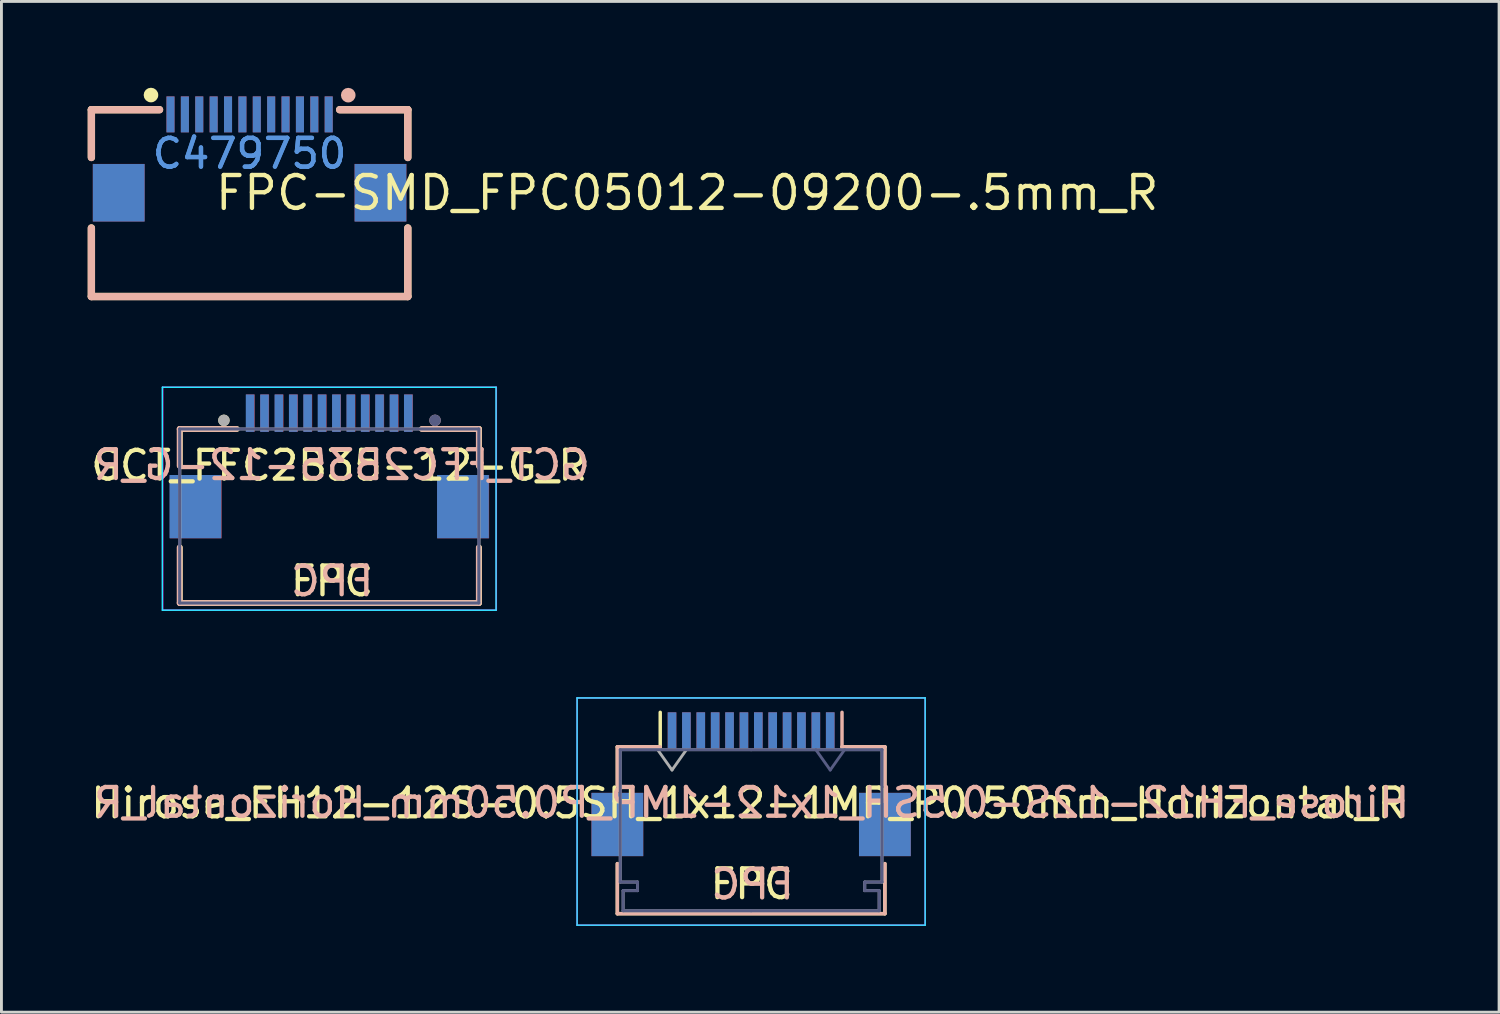
<source format=kicad_pcb>
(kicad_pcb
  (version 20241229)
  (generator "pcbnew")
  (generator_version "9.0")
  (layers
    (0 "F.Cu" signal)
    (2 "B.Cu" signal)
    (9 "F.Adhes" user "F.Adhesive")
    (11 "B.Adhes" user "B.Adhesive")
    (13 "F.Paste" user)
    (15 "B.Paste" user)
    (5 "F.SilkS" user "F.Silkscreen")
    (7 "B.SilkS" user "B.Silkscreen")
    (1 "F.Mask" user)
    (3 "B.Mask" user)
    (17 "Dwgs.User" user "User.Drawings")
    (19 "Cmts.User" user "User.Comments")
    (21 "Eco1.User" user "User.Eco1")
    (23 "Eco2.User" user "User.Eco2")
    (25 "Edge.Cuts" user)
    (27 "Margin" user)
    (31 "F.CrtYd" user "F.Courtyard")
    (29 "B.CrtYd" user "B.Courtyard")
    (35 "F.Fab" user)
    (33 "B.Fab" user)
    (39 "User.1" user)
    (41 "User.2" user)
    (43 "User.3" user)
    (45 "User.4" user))
  (footprint "FPC-SMD_FPC05012-09200-.5mm_R"
    (layer "F.Cu")
    (at 5.627 2.286)
    (property "Reference" "FPC-SMD_FPC05012-09200-.5mm_R" (at -1.27 1.37 0) (layer "F.SilkS") (effects (font (size 1.143 1.143) (thickness 0.152)) (justify left)))
    (attr smd)
    (fp_line (start -5.5 -1.524) (end -3.131 -1.524) (stroke (width 0.254) (type solid)) (layer "F.SilkS"))
    (fp_line (start -5.5 0.137) (end -5.5 -1.524) (stroke (width 0.254) (type solid)) (layer "F.SilkS"))
    (fp_line (start -5.5 4.971) (end -5.5 2.588) (stroke (width 0.254) (type solid)) (layer "F.SilkS"))
    (fp_line (start 5.5 -1.524) (end 3.131 -1.524) (stroke (width 0.254) (type solid)) (layer "F.SilkS"))
    (fp_line (start 5.5 0.137) (end 5.5 -1.524) (stroke (width 0.254) (type solid)) (layer "F.SilkS"))
    (fp_line (start 5.5 4.971) (end -5.5 4.971) (stroke (width 0.254) (type solid)) (layer "F.SilkS"))
    (fp_line (start 5.5 4.971) (end 5.5 2.588) (stroke (width 0.254) (type solid)) (layer "F.SilkS"))
    (fp_circle (center -3.429 -2.032) (end -3.302 -2.032) (stroke (width 0.254) (type solid)) (fill no) (layer "F.SilkS"))
    (fp_line (start -5.5 -1.52) (end -3.131 -1.52) (stroke (width 0.254) (type solid)) (layer "B.SilkS"))
    (fp_line (start -5.5 0.141) (end -5.5 -1.52) (stroke (width 0.254) (type solid)) (layer "B.SilkS"))
    (fp_line (start -5.5 4.975) (end -5.5 2.592) (stroke (width 0.254) (type solid)) (layer "B.SilkS"))
    (fp_line (start -5.5 4.975) (end 5.5 4.975) (stroke (width 0.254) (type solid)) (layer "B.SilkS"))
    (fp_line (start 5.5 -1.52) (end 3.131 -1.52) (stroke (width 0.254) (type solid)) (layer "B.SilkS"))
    (fp_line (start 5.5 0.141) (end 5.5 -1.52) (stroke (width 0.254) (type solid)) (layer "B.SilkS"))
    (fp_line (start 5.5 4.975) (end 5.5 2.592) (stroke (width 0.254) (type solid)) (layer "B.SilkS"))
    (fp_circle (center 3.429 -2.028) (end 3.302 -2.028) (stroke (width 0.254) (type solid)) (fill no) (layer "B.SilkS"))
    (fp_text user "C479750" (at 0 0 0) (layer "Cmts.User") (effects (font (size 1 1) (thickness 0.15))))
    (fp_text user "C479750" (at 0 0.004 0) (layer "Cmts.User") (effects (font (size 1 1) (thickness 0.15))))
    (pad "1" smd rect (at -2.75 -1.362) (size 0.28 1.25) (layers "F.Cu" "F.Mask" "F.Paste"))
    (pad "1" smd rect (at 2.75 -1.358) (size 0.28 1.25) (layers "B.Cu" "B.Mask" "B.Paste"))
    (pad "2" smd rect (at -2.25 -1.362) (size 0.28 1.25) (layers "F.Cu" "F.Mask" "F.Paste"))
    (pad "2" smd rect (at 2.25 -1.358) (size 0.28 1.25) (layers "B.Cu" "B.Mask" "B.Paste"))
    (pad "3" smd rect (at -1.75 -1.362) (size 0.28 1.25) (layers "F.Cu" "F.Mask" "F.Paste"))
    (pad "3" smd rect (at 1.75 -1.358) (size 0.28 1.25) (layers "B.Cu" "B.Mask" "B.Paste"))
    (pad "4" smd rect (at -1.25 -1.362) (size 0.28 1.25) (layers "F.Cu" "F.Mask" "F.Paste"))
    (pad "4" smd rect (at 1.25 -1.358) (size 0.28 1.25) (layers "B.Cu" "B.Mask" "B.Paste"))
    (pad "5" smd rect (at -0.75 -1.362) (size 0.28 1.25) (layers "F.Cu" "F.Mask" "F.Paste"))
    (pad "5" smd rect (at 0.75 -1.358) (size 0.28 1.25) (layers "B.Cu" "B.Mask" "B.Paste"))
    (pad "6" smd rect (at -0.25 -1.362) (size 0.28 1.25) (layers "F.Cu" "F.Mask" "F.Paste"))
    (pad "6" smd rect (at 0.25 -1.358) (size 0.28 1.25) (layers "B.Cu" "B.Mask" "B.Paste"))
    (pad "7" smd rect (at -0.25 -1.358) (size 0.28 1.25) (layers "B.Cu" "B.Mask" "B.Paste"))
    (pad "7" smd rect (at 0.25 -1.362) (size 0.28 1.25) (layers "F.Cu" "F.Mask" "F.Paste"))
    (pad "8" smd rect (at -0.75 -1.358) (size 0.28 1.25) (layers "B.Cu" "B.Mask" "B.Paste"))
    (pad "8" smd rect (at 0.75 -1.362) (size 0.28 1.25) (layers "F.Cu" "F.Mask" "F.Paste"))
    (pad "9" smd rect (at -1.25 -1.358) (size 0.28 1.25) (layers "B.Cu" "B.Mask" "B.Paste"))
    (pad "9" smd rect (at 1.25 -1.362) (size 0.28 1.25) (layers "F.Cu" "F.Mask" "F.Paste"))
    (pad "10" smd rect (at -1.75 -1.358) (size 0.28 1.25) (layers "B.Cu" "B.Mask" "B.Paste"))
    (pad "10" smd rect (at 1.75 -1.362) (size 0.28 1.25) (layers "F.Cu" "F.Mask" "F.Paste"))
    (pad "11" smd rect (at -2.25 -1.358) (size 0.28 1.25) (layers "B.Cu" "B.Mask" "B.Paste"))
    (pad "11" smd rect (at 2.25 -1.362) (size 0.28 1.25) (layers "F.Cu" "F.Mask" "F.Paste"))
    (pad "12" smd rect (at -2.75 -1.358) (size 0.28 1.25) (layers "B.Cu" "B.Mask" "B.Paste"))
    (pad "12" smd rect (at 2.75 -1.362) (size 0.28 1.25) (layers "F.Cu" "F.Mask" "F.Paste"))
    (pad "13" smd rect (at -4.55 1.366) (size 1.8 2) (layers "B.Cu" "B.Mask" "B.Paste"))
    (pad "13" smd rect (at 4.55 1.362) (size 1.8 2) (layers "F.Cu" "F.Mask" "F.Paste"))
    (pad "14" smd rect (at -4.55 1.362) (size 1.8 2) (layers "F.Cu" "F.Mask" "F.Paste"))
    (pad "14" smd rect (at 4.55 1.366) (size 1.8 2) (layers "B.Cu" "B.Mask" "B.Paste")))
  (footprint "Hirose_FH12-12S-0.5SH_1x12-1MP_P0.50mm_Horizontal_R"
    (layer "F.Cu")
    (at 23.062 24.213)
    (property "Reference" "Hirose_FH12-12S-0.5SH_1x12-1MP_P0.50mm_Horizontal_R" (at -0.08 0.66 0) (layer "F.SilkS") (effects (font (size 1 1) (thickness 0.15))))
    (attr smd)
    (fp_line (start -4.65 -1.3) (end -4.65 0.04) (stroke (width 0.12) (type solid)) (layer "F.SilkS"))
    (fp_line (start -4.65 2.76) (end -4.65 4.5) (stroke (width 0.12) (type solid)) (layer "F.SilkS"))
    (fp_line (start -4.65 4.5) (end 4.65 4.5) (stroke (width 0.12) (type solid)) (layer "F.SilkS"))
    (fp_line (start -3.16 -1.3) (end -4.65 -1.3) (stroke (width 0.12) (type solid)) (layer "F.SilkS"))
    (fp_line (start -3.16 -1.3) (end -3.16 -2.5) (stroke (width 0.12) (type solid)) (layer "F.SilkS"))
    (fp_line (start 3.16 -1.3) (end 4.65 -1.3) (stroke (width 0.12) (type solid)) (layer "F.SilkS"))
    (fp_line (start 4.65 -1.3) (end 4.65 0.04) (stroke (width 0.12) (type solid)) (layer "F.SilkS"))
    (fp_line (start 4.65 4.5) (end 4.65 2.76) (stroke (width 0.12) (type solid)) (layer "F.SilkS"))
    (fp_line (start -4.65 -1.3) (end -4.65 0.04) (stroke (width 0.12) (type solid)) (layer "B.SilkS"))
    (fp_line (start -4.65 4.5) (end -4.65 2.76) (stroke (width 0.12) (type solid)) (layer "B.SilkS"))
    (fp_line (start -3.16 -1.3) (end -4.65 -1.3) (stroke (width 0.12) (type solid)) (layer "B.SilkS"))
    (fp_line (start 3.16 -1.3) (end 3.16 -2.5) (stroke (width 0.12) (type solid)) (layer "B.SilkS"))
    (fp_line (start 3.16 -1.3) (end 4.65 -1.3) (stroke (width 0.12) (type solid)) (layer "B.SilkS"))
    (fp_line (start 4.65 -1.3) (end 4.65 0.04) (stroke (width 0.12) (type solid)) (layer "B.SilkS"))
    (fp_line (start 4.65 2.76) (end 4.65 4.5) (stroke (width 0.12) (type solid)) (layer "B.SilkS"))
    (fp_line (start 4.65 4.5) (end -4.65 4.5) (stroke (width 0.12) (type solid)) (layer "B.SilkS"))
    (fp_line (start -6.05 -3) (end 6.05 -3) (stroke (width 0.05) (type solid)) (layer "B.CrtYd"))
    (fp_line (start -6.05 4.9) (end -6.05 -3) (stroke (width 0.05) (type solid)) (layer "B.CrtYd"))
    (fp_line (start 6.05 -3) (end 6.05 4.9) (stroke (width 0.05) (type solid)) (layer "B.CrtYd"))
    (fp_line (start 6.05 4.9) (end -6.05 4.9) (stroke (width 0.05) (type solid)) (layer "B.CrtYd"))
    (fp_line (start -6.05 -3) (end -6.05 4.9) (stroke (width 0.05) (type solid)) (layer "F.CrtYd"))
    (fp_line (start -6.05 4.9) (end 6.05 4.9) (stroke (width 0.05) (type solid)) (layer "F.CrtYd"))
    (fp_line (start 6.05 -3) (end -6.05 -3) (stroke (width 0.05) (type solid)) (layer "F.CrtYd"))
    (fp_line (start 6.05 4.9) (end 6.05 -3) (stroke (width 0.05) (type solid)) (layer "F.CrtYd"))
    (fp_line (start -4.55 -1.2) (end -4.55 3.4) (stroke (width 0.1) (type solid)) (layer "B.Fab"))
    (fp_line (start -4.55 3.4) (end -3.95 3.4) (stroke (width 0.1) (type solid)) (layer "B.Fab"))
    (fp_line (start -4.45 3.7) (end -4.45 4.4) (stroke (width 0.1) (type solid)) (layer "B.Fab"))
    (fp_line (start -4.45 4.4) (end 0 4.4) (stroke (width 0.1) (type solid)) (layer "B.Fab"))
    (fp_line (start -3.95 3.4) (end -3.95 3.7) (stroke (width 0.1) (type solid)) (layer "B.Fab"))
    (fp_line (start -3.95 3.7) (end -4.45 3.7) (stroke (width 0.1) (type solid)) (layer "B.Fab"))
    (fp_line (start 0 -1.2) (end -4.55 -1.2) (stroke (width 0.1) (type solid)) (layer "B.Fab"))
    (fp_line (start 0 -1.2) (end 4.55 -1.2) (stroke (width 0.1) (type solid)) (layer "B.Fab"))
    (fp_line (start 2.75 -0.493) (end 2.25 -1.2) (stroke (width 0.1) (type solid)) (layer "B.Fab"))
    (fp_line (start 3.25 -1.2) (end 2.75 -0.493) (stroke (width 0.1) (type solid)) (layer "B.Fab"))
    (fp_line (start 3.95 3.4) (end 3.95 3.7) (stroke (width 0.1) (type solid)) (layer "B.Fab"))
    (fp_line (start 3.95 3.7) (end 4.45 3.7) (stroke (width 0.1) (type solid)) (layer "B.Fab"))
    (fp_line (start 4.45 3.7) (end 4.45 4.4) (stroke (width 0.1) (type solid)) (layer "B.Fab"))
    (fp_line (start 4.45 4.4) (end 0 4.4) (stroke (width 0.1) (type solid)) (layer "B.Fab"))
    (fp_line (start 4.55 -1.2) (end 4.55 3.4) (stroke (width 0.1) (type solid)) (layer "B.Fab"))
    (fp_line (start 4.55 3.4) (end 3.95 3.4) (stroke (width 0.1) (type solid)) (layer "B.Fab"))
    (fp_line (start -4.55 -1.2) (end -4.55 3.4) (stroke (width 0.1) (type solid)) (layer "F.Fab"))
    (fp_line (start -4.55 3.4) (end -3.95 3.4) (stroke (width 0.1) (type solid)) (layer "F.Fab"))
    (fp_line (start -4.45 3.7) (end -4.45 4.4) (stroke (width 0.1) (type solid)) (layer "F.Fab"))
    (fp_line (start -4.45 4.4) (end 0 4.4) (stroke (width 0.1) (type solid)) (layer "F.Fab"))
    (fp_line (start -3.95 3.4) (end -3.95 3.7) (stroke (width 0.1) (type solid)) (layer "F.Fab"))
    (fp_line (start -3.95 3.7) (end -4.45 3.7) (stroke (width 0.1) (type solid)) (layer "F.Fab"))
    (fp_line (start -3.25 -1.2) (end -2.75 -0.493) (stroke (width 0.1) (type solid)) (layer "F.Fab"))
    (fp_line (start -2.75 -0.493) (end -2.25 -1.2) (stroke (width 0.1) (type solid)) (layer "F.Fab"))
    (fp_line (start 0 -1.2) (end -4.55 -1.2) (stroke (width 0.1) (type solid)) (layer "F.Fab"))
    (fp_line (start 0 -1.2) (end 4.55 -1.2) (stroke (width 0.1) (type solid)) (layer "F.Fab"))
    (fp_line (start 3.95 3.4) (end 3.95 3.7) (stroke (width 0.1) (type solid)) (layer "F.Fab"))
    (fp_line (start 3.95 3.7) (end 4.45 3.7) (stroke (width 0.1) (type solid)) (layer "F.Fab"))
    (fp_line (start 4.45 3.7) (end 4.45 4.4) (stroke (width 0.1) (type solid)) (layer "F.Fab"))
    (fp_line (start 4.45 4.4) (end 0 4.4) (stroke (width 0.1) (type solid)) (layer "F.Fab"))
    (fp_line (start 4.55 -1.2) (end 4.55 3.4) (stroke (width 0.1) (type solid)) (layer "F.Fab"))
    (fp_line (start 4.55 3.4) (end 3.95 3.4) (stroke (width 0.1) (type solid)) (layer "F.Fab"))
    (fp_text user "FPC" (at 0.02 3.47 0) (layer "F.SilkS") (effects (font (size 1 1) (thickness 0.15))))
    (fp_text user "${REFERENCE}" (at 0.02 0.64 0) (layer "B.SilkS") (effects (font (size 1 1) (thickness 0.15)) (justify mirror)))
    (fp_text user "FPC" (at 0.05 3.48 0) (layer "B.SilkS") (effects (font (size 1 1) (thickness 0.15)) (justify mirror)))
    (pad "1" smd rect (at -2.75 -1.85) (size 0.3 1.3) (layers "F.Cu" "F.Mask" "F.Paste"))
    (pad "1" smd rect (at 2.75 -1.85) (size 0.3 1.3) (layers "B.Cu" "B.Mask" "B.Paste"))
    (pad "2" smd rect (at -2.25 -1.85) (size 0.3 1.3) (layers "F.Cu" "F.Mask" "F.Paste"))
    (pad "2" smd rect (at 2.25 -1.85) (size 0.3 1.3) (layers "B.Cu" "B.Mask" "B.Paste"))
    (pad "3" smd rect (at -1.75 -1.85) (size 0.3 1.3) (layers "F.Cu" "F.Mask" "F.Paste"))
    (pad "3" smd rect (at 1.75 -1.85) (size 0.3 1.3) (layers "B.Cu" "B.Mask" "B.Paste"))
    (pad "4" smd rect (at -1.25 -1.85) (size 0.3 1.3) (layers "F.Cu" "F.Mask" "F.Paste"))
    (pad "4" smd rect (at 1.25 -1.85) (size 0.3 1.3) (layers "B.Cu" "B.Mask" "B.Paste"))
    (pad "5" smd rect (at -0.75 -1.85) (size 0.3 1.3) (layers "F.Cu" "F.Mask" "F.Paste"))
    (pad "5" smd rect (at 0.75 -1.85) (size 0.3 1.3) (layers "B.Cu" "B.Mask" "B.Paste"))
    (pad "6" smd rect (at -0.25 -1.85) (size 0.3 1.3) (layers "F.Cu" "F.Mask" "F.Paste"))
    (pad "6" smd rect (at 0.25 -1.85) (size 0.3 1.3) (layers "B.Cu" "B.Mask" "B.Paste"))
    (pad "7" smd rect (at -0.25 -1.85) (size 0.3 1.3) (layers "B.Cu" "B.Mask" "B.Paste"))
    (pad "7" smd rect (at 0.25 -1.85) (size 0.3 1.3) (layers "F.Cu" "F.Mask" "F.Paste"))
    (pad "8" smd rect (at -0.75 -1.85) (size 0.3 1.3) (layers "B.Cu" "B.Mask" "B.Paste"))
    (pad "8" smd rect (at 0.75 -1.85) (size 0.3 1.3) (layers "F.Cu" "F.Mask" "F.Paste"))
    (pad "9" smd rect (at -1.25 -1.85) (size 0.3 1.3) (layers "B.Cu" "B.Mask" "B.Paste"))
    (pad "9" smd rect (at 1.25 -1.85) (size 0.3 1.3) (layers "F.Cu" "F.Mask" "F.Paste"))
    (pad "10" smd rect (at -1.75 -1.85) (size 0.3 1.3) (layers "B.Cu" "B.Mask" "B.Paste"))
    (pad "10" smd rect (at 1.75 -1.85) (size 0.3 1.3) (layers "F.Cu" "F.Mask" "F.Paste"))
    (pad "11" smd rect (at -2.25 -1.85) (size 0.3 1.3) (layers "B.Cu" "B.Mask" "B.Paste"))
    (pad "11" smd rect (at 2.25 -1.85) (size 0.3 1.3) (layers "F.Cu" "F.Mask" "F.Paste"))
    (pad "12" smd rect (at -2.75 -1.85) (size 0.3 1.3) (layers "B.Cu" "B.Mask" "B.Paste"))
    (pad "12" smd rect (at 2.75 -1.85) (size 0.3 1.3) (layers "F.Cu" "F.Mask" "F.Paste"))
    (pad "MP" smd rect (at -4.65 1.4) (size 1.8 2.2) (layers "F.Cu" "F.Mask" "F.Paste"))
    (pad "MP" smd rect (at -4.65 1.4) (size 1.8 2.2) (layers "B.Cu" "B.Mask" "B.Paste"))
    (pad "MP" smd rect (at 4.65 1.4) (size 1.8 2.2) (layers "F.Cu" "F.Mask" "F.Paste"))
    (pad "MP" smd rect (at 4.65 1.4) (size 1.8 2.2) (layers "B.Cu" "B.Mask" "B.Paste")))
  (footprint "GCT_FFC2B35-12-G_R"
    (layer "F.Cu")
    (at 8.404 14.563)
    (property "Reference" "GCT_FFC2B35-12-G_R" (at 0.34 -1.43 0) (layer "F.SilkS") (effects (font (size 1 1) (thickness 0.15))))
    (attr smd)
    (fp_line (start -5.2 -2.7) (end -3.22 -2.7) (stroke (width 0.2) (type solid)) (layer "F.SilkS"))
    (fp_line (start -5.2 -1.42) (end -5.2 -2.7) (stroke (width 0.2) (type solid)) (layer "F.SilkS"))
    (fp_line (start -5.2 3.35) (end -5.2 1.42) (stroke (width 0.2) (type solid)) (layer "F.SilkS"))
    (fp_line (start 3.22 -2.7) (end 5.2 -2.7) (stroke (width 0.2) (type solid)) (layer "F.SilkS"))
    (fp_line (start 5.2 -2.7) (end 5.2 -1.42) (stroke (width 0.2) (type solid)) (layer "F.SilkS"))
    (fp_line (start 5.2 3.35) (end -5.2 3.35) (stroke (width 0.2) (type solid)) (layer "F.SilkS"))
    (fp_line (start 5.2 3.35) (end 5.2 1.42) (stroke (width 0.2) (type solid)) (layer "F.SilkS"))
    (fp_circle (center -3.67 -3) (end -3.57 -3) (stroke (width 0.2) (type solid)) (fill no) (layer "F.SilkS"))
    (fp_line (start -5.21 -2.7) (end -5.21 -1.42) (stroke (width 0.2) (type solid)) (layer "B.SilkS"))
    (fp_line (start -5.21 3.35) (end -5.21 1.42) (stroke (width 0.2) (type solid)) (layer "B.SilkS"))
    (fp_line (start -5.21 3.35) (end 5.19 3.35) (stroke (width 0.2) (type solid)) (layer "B.SilkS"))
    (fp_line (start -3.23 -2.7) (end -5.21 -2.7) (stroke (width 0.2) (type solid)) (layer "B.SilkS"))
    (fp_line (start 5.19 -2.7) (end 3.21 -2.7) (stroke (width 0.2) (type solid)) (layer "B.SilkS"))
    (fp_line (start 5.19 -1.42) (end 5.19 -2.7) (stroke (width 0.2) (type solid)) (layer "B.SilkS"))
    (fp_line (start 5.19 3.35) (end 5.19 1.42) (stroke (width 0.2) (type solid)) (layer "B.SilkS"))
    (fp_circle (center 3.67 -3) (end 3.57 -3) (stroke (width 0.2) (type solid)) (fill no) (layer "B.SilkS"))
    (fp_line (start -5.81 -4.15) (end 5.79 -4.15) (stroke (width 0.05) (type solid)) (layer "B.CrtYd"))
    (fp_line (start -5.81 3.6) (end -5.81 -4.15) (stroke (width 0.05) (type solid)) (layer "B.CrtYd"))
    (fp_line (start 5.79 -4.15) (end 5.79 3.6) (stroke (width 0.05) (type solid)) (layer "B.CrtYd"))
    (fp_line (start 5.79 3.6) (end -5.81 3.6) (stroke (width 0.05) (type solid)) (layer "B.CrtYd"))
    (fp_line (start -5.8 -4.15) (end -5.8 3.6) (stroke (width 0.05) (type solid)) (layer "F.CrtYd"))
    (fp_line (start -5.8 3.6) (end 5.8 3.6) (stroke (width 0.05) (type solid)) (layer "F.CrtYd"))
    (fp_line (start 5.8 -4.15) (end -5.8 -4.15) (stroke (width 0.05) (type solid)) (layer "F.CrtYd"))
    (fp_line (start 5.8 3.6) (end 5.8 -4.15) (stroke (width 0.05) (type solid)) (layer "F.CrtYd"))
    (fp_line (start -5.21 -2.7) (end -5.21 3.35) (stroke (width 0.1) (type solid)) (layer "B.Fab"))
    (fp_line (start -5.21 3.35) (end 5.19 3.35) (stroke (width 0.1) (type solid)) (layer "B.Fab"))
    (fp_line (start 5.19 -2.7) (end -5.21 -2.7) (stroke (width 0.1) (type solid)) (layer "B.Fab"))
    (fp_line (start 5.19 3.35) (end 5.19 -2.7) (stroke (width 0.1) (type solid)) (layer "B.Fab"))
    (fp_circle (center 3.67 -3) (end 3.57 -3) (stroke (width 0.2) (type solid)) (fill no) (layer "B.Fab"))
    (fp_line (start -5.2 -2.7) (end 5.2 -2.7) (stroke (width 0.1) (type solid)) (layer "F.Fab"))
    (fp_line (start -5.2 3.35) (end -5.2 -2.7) (stroke (width 0.1) (type solid)) (layer "F.Fab"))
    (fp_line (start 5.2 -2.7) (end 5.2 3.35) (stroke (width 0.1) (type solid)) (layer "F.Fab"))
    (fp_line (start 5.2 3.35) (end -5.2 3.35) (stroke (width 0.1) (type solid)) (layer "F.Fab"))
    (fp_circle (center -3.67 -3) (end -3.57 -3) (stroke (width 0.2) (type solid)) (fill no) (layer "F.Fab"))
    (fp_text user "FPC" (at 0.09 2.59 0) (layer "F.SilkS") (effects (font (size 1 1) (thickness 0.15))))
    (fp_text user "FPC" (at 0.09 2.59 0) (layer "B.SilkS") (effects (font (size 1 1) (thickness 0.15)) (justify mirror)))
    (fp_text user "${REFERENCE}" (at 0.43 -1.45 0) (layer "B.SilkS") (effects (font (size 1 1) (thickness 0.15)) (justify mirror)))
    (pad "1" smd rect (at -2.75 -3.25) (size 0.3 1.3) (layers "F.Cu" "F.Mask" "F.Paste"))
    (pad "1" smd rect (at 2.74 -3.25) (size 0.3 1.3) (layers "B.Cu" "B.Mask" "B.Paste"))
    (pad "2" smd rect (at -2.25 -3.25) (size 0.3 1.3) (layers "F.Cu" "F.Mask" "F.Paste"))
    (pad "2" smd rect (at 2.24 -3.25) (size 0.3 1.3) (layers "B.Cu" "B.Mask" "B.Paste"))
    (pad "3" smd rect (at -1.75 -3.25) (size 0.3 1.3) (layers "F.Cu" "F.Mask" "F.Paste"))
    (pad "3" smd rect (at 1.74 -3.25) (size 0.3 1.3) (layers "B.Cu" "B.Mask" "B.Paste"))
    (pad "4" smd rect (at -1.25 -3.25) (size 0.3 1.3) (layers "F.Cu" "F.Mask" "F.Paste"))
    (pad "4" smd rect (at 1.24 -3.25) (size 0.3 1.3) (layers "B.Cu" "B.Mask" "B.Paste"))
    (pad "5" smd rect (at -0.75 -3.25) (size 0.3 1.3) (layers "F.Cu" "F.Mask" "F.Paste"))
    (pad "5" smd rect (at 0.74 -3.25) (size 0.3 1.3) (layers "B.Cu" "B.Mask" "B.Paste"))
    (pad "6" smd rect (at -0.25 -3.25) (size 0.3 1.3) (layers "F.Cu" "F.Mask" "F.Paste"))
    (pad "6" smd rect (at 0.24 -3.25) (size 0.3 1.3) (layers "B.Cu" "B.Mask" "B.Paste"))
    (pad "7" smd rect (at -0.26 -3.25) (size 0.3 1.3) (layers "B.Cu" "B.Mask" "B.Paste"))
    (pad "7" smd rect (at 0.25 -3.25) (size 0.3 1.3) (layers "F.Cu" "F.Mask" "F.Paste"))
    (pad "8" smd rect (at -0.76 -3.25) (size 0.3 1.3) (layers "B.Cu" "B.Mask" "B.Paste"))
    (pad "8" smd rect (at 0.75 -3.25) (size 0.3 1.3) (layers "F.Cu" "F.Mask" "F.Paste"))
    (pad "9" smd rect (at -1.26 -3.25) (size 0.3 1.3) (layers "B.Cu" "B.Mask" "B.Paste"))
    (pad "9" smd rect (at 1.25 -3.25) (size 0.3 1.3) (layers "F.Cu" "F.Mask" "F.Paste"))
    (pad "10" smd rect (at -1.76 -3.25) (size 0.3 1.3) (layers "B.Cu" "B.Mask" "B.Paste"))
    (pad "10" smd rect (at 1.75 -3.25) (size 0.3 1.3) (layers "F.Cu" "F.Mask" "F.Paste"))
    (pad "11" smd rect (at -2.26 -3.25) (size 0.3 1.3) (layers "B.Cu" "B.Mask" "B.Paste"))
    (pad "11" smd rect (at 2.25 -3.25) (size 0.3 1.3) (layers "F.Cu" "F.Mask" "F.Paste"))
    (pad "12" smd rect (at -2.76 -3.25) (size 0.3 1.3) (layers "B.Cu" "B.Mask" "B.Paste"))
    (pad "12" smd rect (at 2.75 -3.25) (size 0.3 1.3) (layers "F.Cu" "F.Mask" "F.Paste"))
    (pad "S1" smd rect (at -4.65 0) (size 1.8 2.2) (layers "F.Cu" "F.Mask" "F.Paste"))
    (pad "S1" smd rect (at 4.64 0) (size 1.8 2.2) (layers "B.Cu" "B.Mask" "B.Paste"))
    (pad "S2" smd rect (at -4.66 0) (size 1.8 2.2) (layers "B.Cu" "B.Mask" "B.Paste"))
    (pad "S2" smd rect (at 4.65 0) (size 1.8 2.2) (layers "F.Cu" "F.Mask" "F.Paste")))
  (gr_rect
    (start -3 -3)
    (end 49.064 32.138)
    (stroke (width 0.1) (type default))
    (fill no)
    (layer "Edge.Cuts")))
</source>
